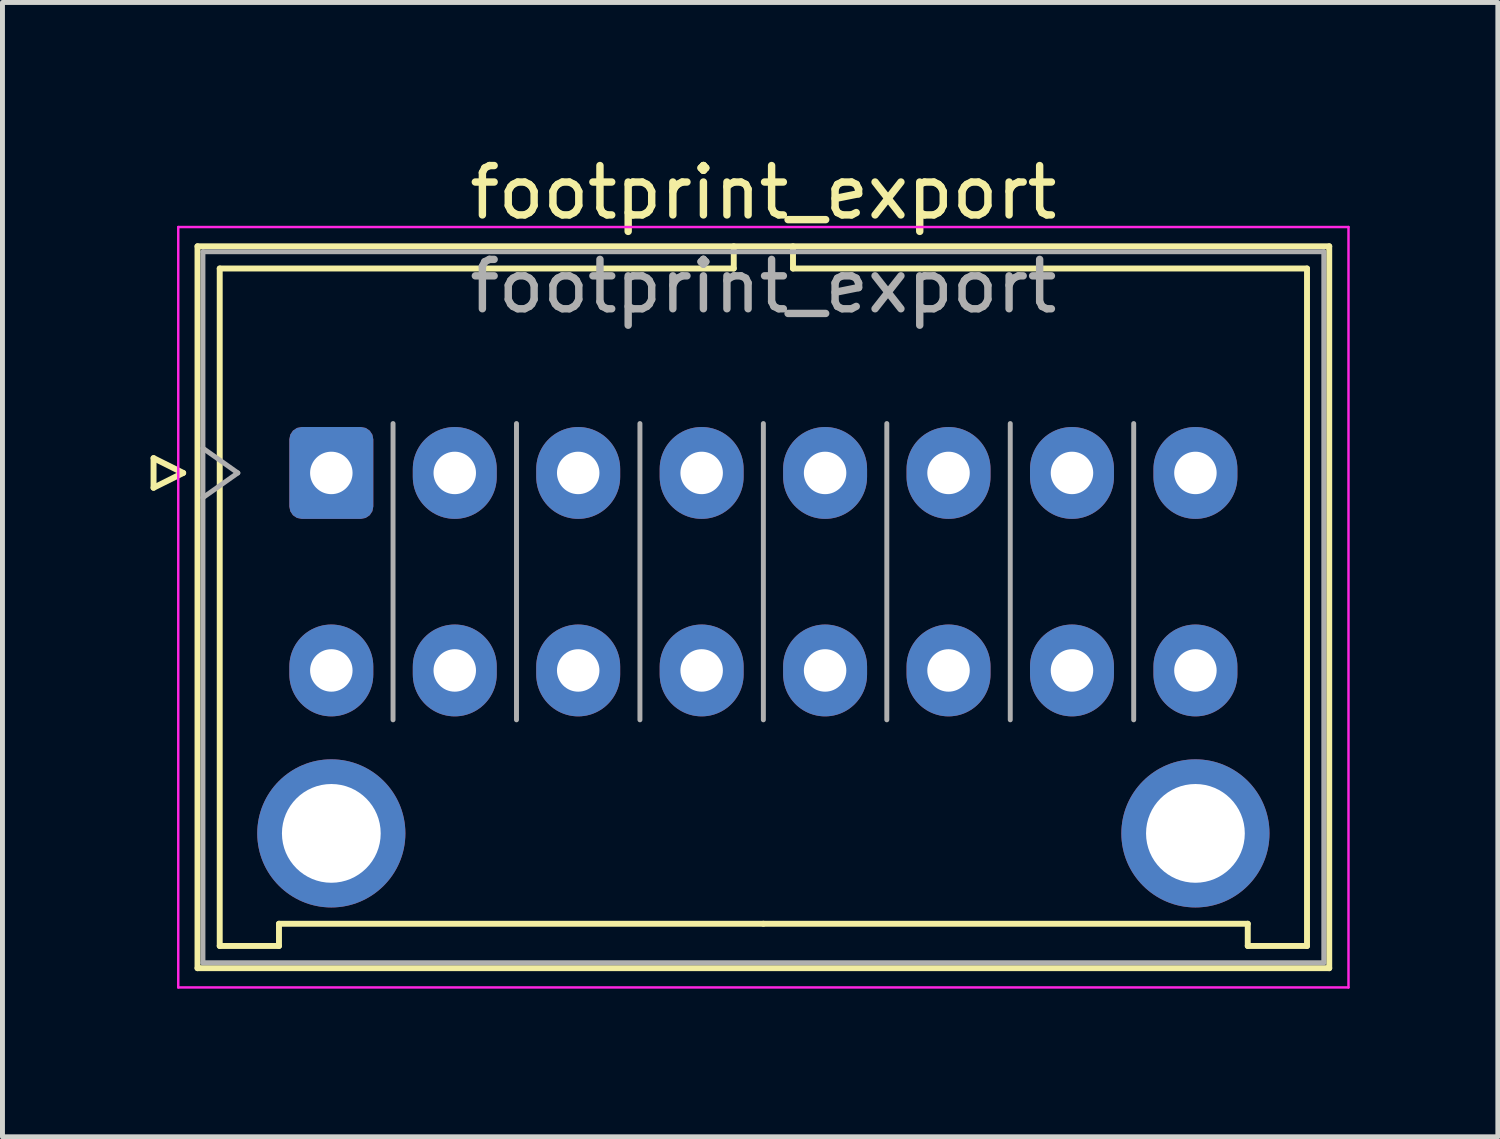
<source format=kicad_pcb>
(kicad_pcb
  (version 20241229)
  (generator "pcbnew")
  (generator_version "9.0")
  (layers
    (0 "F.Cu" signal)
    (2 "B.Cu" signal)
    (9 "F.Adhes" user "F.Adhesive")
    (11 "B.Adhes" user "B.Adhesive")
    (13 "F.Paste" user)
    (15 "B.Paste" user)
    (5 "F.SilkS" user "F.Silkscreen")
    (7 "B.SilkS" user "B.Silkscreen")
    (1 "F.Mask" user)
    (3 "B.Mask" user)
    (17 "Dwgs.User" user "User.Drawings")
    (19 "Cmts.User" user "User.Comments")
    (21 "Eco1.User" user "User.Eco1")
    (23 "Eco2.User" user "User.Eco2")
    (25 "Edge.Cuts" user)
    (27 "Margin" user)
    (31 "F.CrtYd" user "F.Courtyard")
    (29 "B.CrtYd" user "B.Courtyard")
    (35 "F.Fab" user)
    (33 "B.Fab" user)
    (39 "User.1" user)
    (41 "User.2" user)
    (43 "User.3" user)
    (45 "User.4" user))
  (footprint "footprint_export"
    (layer "F.Cu")
    (at 3.66 6.528)
    (property "Reference" "footprint_export" (at 8.75 -5.68 0) (layer "F.SilkS") (effects (font (size 1 1) (thickness 0.15))))
    (attr through_hole)
    (fp_line (start -3.6 -0.3) (end -3 0) (stroke (width 0.12) (type solid)) (layer "F.SilkS"))
    (fp_line (start -3.6 0.3) (end -3.6 -0.3) (stroke (width 0.12) (type solid)) (layer "F.SilkS"))
    (fp_line (start -3 0) (end -3.6 0.3) (stroke (width 0.12) (type solid)) (layer "F.SilkS"))
    (fp_line (start -2.71 -4.59) (end -2.71 10.03) (stroke (width 0.12) (type solid)) (layer "F.SilkS"))
    (fp_line (start -2.71 10.03) (end 20.21 10.03) (stroke (width 0.12) (type solid)) (layer "F.SilkS"))
    (fp_line (start -2.26 -4.14) (end -2.26 9.58) (stroke (width 0.12) (type solid)) (layer "F.SilkS"))
    (fp_line (start -2.26 9.58) (end -1.06 9.58) (stroke (width 0.12) (type solid)) (layer "F.SilkS"))
    (fp_line (start -1.06 9.13) (end 8.75 9.13) (stroke (width 0.12) (type solid)) (layer "F.SilkS"))
    (fp_line (start -1.06 9.58) (end -1.06 9.13) (stroke (width 0.12) (type solid)) (layer "F.SilkS"))
    (fp_line (start 8.15 -4.59) (end 8.15 -4.14) (stroke (width 0.12) (type solid)) (layer "F.SilkS"))
    (fp_line (start 8.15 -4.14) (end -2.26 -4.14) (stroke (width 0.12) (type solid)) (layer "F.SilkS"))
    (fp_line (start 9.35 -4.59) (end 9.35 -4.14) (stroke (width 0.12) (type solid)) (layer "F.SilkS"))
    (fp_line (start 9.35 -4.14) (end 19.76 -4.14) (stroke (width 0.12) (type solid)) (layer "F.SilkS"))
    (fp_line (start 18.56 9.13) (end 8.75 9.13) (stroke (width 0.12) (type solid)) (layer "F.SilkS"))
    (fp_line (start 18.56 9.58) (end 18.56 9.13) (stroke (width 0.12) (type solid)) (layer "F.SilkS"))
    (fp_line (start 19.76 -4.14) (end 19.76 9.58) (stroke (width 0.12) (type solid)) (layer "F.SilkS"))
    (fp_line (start 19.76 9.58) (end 18.56 9.58) (stroke (width 0.12) (type solid)) (layer "F.SilkS"))
    (fp_line (start 20.21 -4.59) (end -2.71 -4.59) (stroke (width 0.12) (type solid)) (layer "F.SilkS"))
    (fp_line (start 20.21 10.03) (end 20.21 -4.59) (stroke (width 0.12) (type solid)) (layer "F.SilkS"))
    (fp_line (start -3.1 -4.98) (end -3.1 10.42) (stroke (width 0.05) (type solid)) (layer "F.CrtYd"))
    (fp_line (start -3.1 10.42) (end 20.6 10.42) (stroke (width 0.05) (type solid)) (layer "F.CrtYd"))
    (fp_line (start 20.6 -4.98) (end -3.1 -4.98) (stroke (width 0.05) (type solid)) (layer "F.CrtYd"))
    (fp_line (start 20.6 10.42) (end 20.6 -4.98) (stroke (width 0.05) (type solid)) (layer "F.CrtYd"))
    (fp_line (start -2.6 -4.48) (end -2.6 9.92) (stroke (width 0.1) (type solid)) (layer "F.Fab"))
    (fp_line (start -2.6 0.5) (end -1.893 0) (stroke (width 0.1) (type solid)) (layer "F.Fab"))
    (fp_line (start -2.6 9.92) (end 20.1 9.92) (stroke (width 0.1) (type solid)) (layer "F.Fab"))
    (fp_line (start -1.893 0) (end -2.6 -0.5) (stroke (width 0.1) (type solid)) (layer "F.Fab"))
    (fp_line (start 1.25 5) (end 1.25 -1) (stroke (width 0.1) (type solid)) (layer "F.Fab"))
    (fp_line (start 3.75 5) (end 3.75 -1) (stroke (width 0.1) (type solid)) (layer "F.Fab"))
    (fp_line (start 6.25 5) (end 6.25 -1) (stroke (width 0.1) (type solid)) (layer "F.Fab"))
    (fp_line (start 8.75 5) (end 8.75 -1) (stroke (width 0.1) (type solid)) (layer "F.Fab"))
    (fp_line (start 11.25 5) (end 11.25 -1) (stroke (width 0.1) (type solid)) (layer "F.Fab"))
    (fp_line (start 13.75 5) (end 13.75 -1) (stroke (width 0.1) (type solid)) (layer "F.Fab"))
    (fp_line (start 16.25 5) (end 16.25 -1) (stroke (width 0.1) (type solid)) (layer "F.Fab"))
    (fp_line (start 20.1 -4.48) (end -2.6 -4.48) (stroke (width 0.1) (type solid)) (layer "F.Fab"))
    (fp_line (start 20.1 9.92) (end 20.1 -4.48) (stroke (width 0.1) (type solid)) (layer "F.Fab"))
    (fp_text user "${REFERENCE}" (at 8.75 -3.78 0) (layer "F.Fab") (effects (font (size 1 1) (thickness 0.15))))
    (pad "" thru_hole circle (at 0 7.3) (size 3 3) (drill 2) (layers "*.Cu" "*.Mask"))
    (pad "" thru_hole circle (at 17.5 7.3) (size 3 3) (drill 2) (layers "*.Cu" "*.Mask"))
    (pad "1" thru_hole roundrect (at 0 0) (size 1.7 1.86) (drill 0.86) (layers "*.Cu" "*.Mask") (roundrect_rratio 0.147))
    (pad "2" thru_hole oval (at 2.5 0) (size 1.7 1.86) (drill 0.86) (layers "*.Cu" "*.Mask"))
    (pad "3" thru_hole oval (at 5 0) (size 1.7 1.86) (drill 0.86) (layers "*.Cu" "*.Mask"))
    (pad "4" thru_hole oval (at 7.5 0) (size 1.7 1.86) (drill 0.86) (layers "*.Cu" "*.Mask"))
    (pad "5" thru_hole oval (at 10 0) (size 1.7 1.86) (drill 0.86) (layers "*.Cu" "*.Mask"))
    (pad "6" thru_hole oval (at 12.5 0) (size 1.7 1.86) (drill 0.86) (layers "*.Cu" "*.Mask"))
    (pad "7" thru_hole oval (at 15 0) (size 1.7 1.86) (drill 0.86) (layers "*.Cu" "*.Mask"))
    (pad "8" thru_hole oval (at 17.5 0) (size 1.7 1.86) (drill 0.86) (layers "*.Cu" "*.Mask"))
    (pad "9" thru_hole oval (at 0 4) (size 1.7 1.86) (drill 0.86) (layers "*.Cu" "*.Mask"))
    (pad "10" thru_hole oval (at 2.5 4) (size 1.7 1.86) (drill 0.86) (layers "*.Cu" "*.Mask"))
    (pad "11" thru_hole oval (at 5 4) (size 1.7 1.86) (drill 0.86) (layers "*.Cu" "*.Mask"))
    (pad "12" thru_hole oval (at 7.5 4) (size 1.7 1.86) (drill 0.86) (layers "*.Cu" "*.Mask"))
    (pad "13" thru_hole oval (at 10 4) (size 1.7 1.86) (drill 0.86) (layers "*.Cu" "*.Mask"))
    (pad "14" thru_hole oval (at 12.5 4) (size 1.7 1.86) (drill 0.86) (layers "*.Cu" "*.Mask"))
    (pad "15" thru_hole oval (at 15 4) (size 1.7 1.86) (drill 0.86) (layers "*.Cu" "*.Mask"))
    (pad "16" thru_hole oval (at 17.5 4) (size 1.7 1.86) (drill 0.86) (layers "*.Cu" "*.Mask")))
  (gr_rect
    (start -3 -3)
    (end 27.285 19.973)
    (stroke (width 0.1) (type default))
    (fill no)
    (layer "Edge.Cuts")))
</source>
